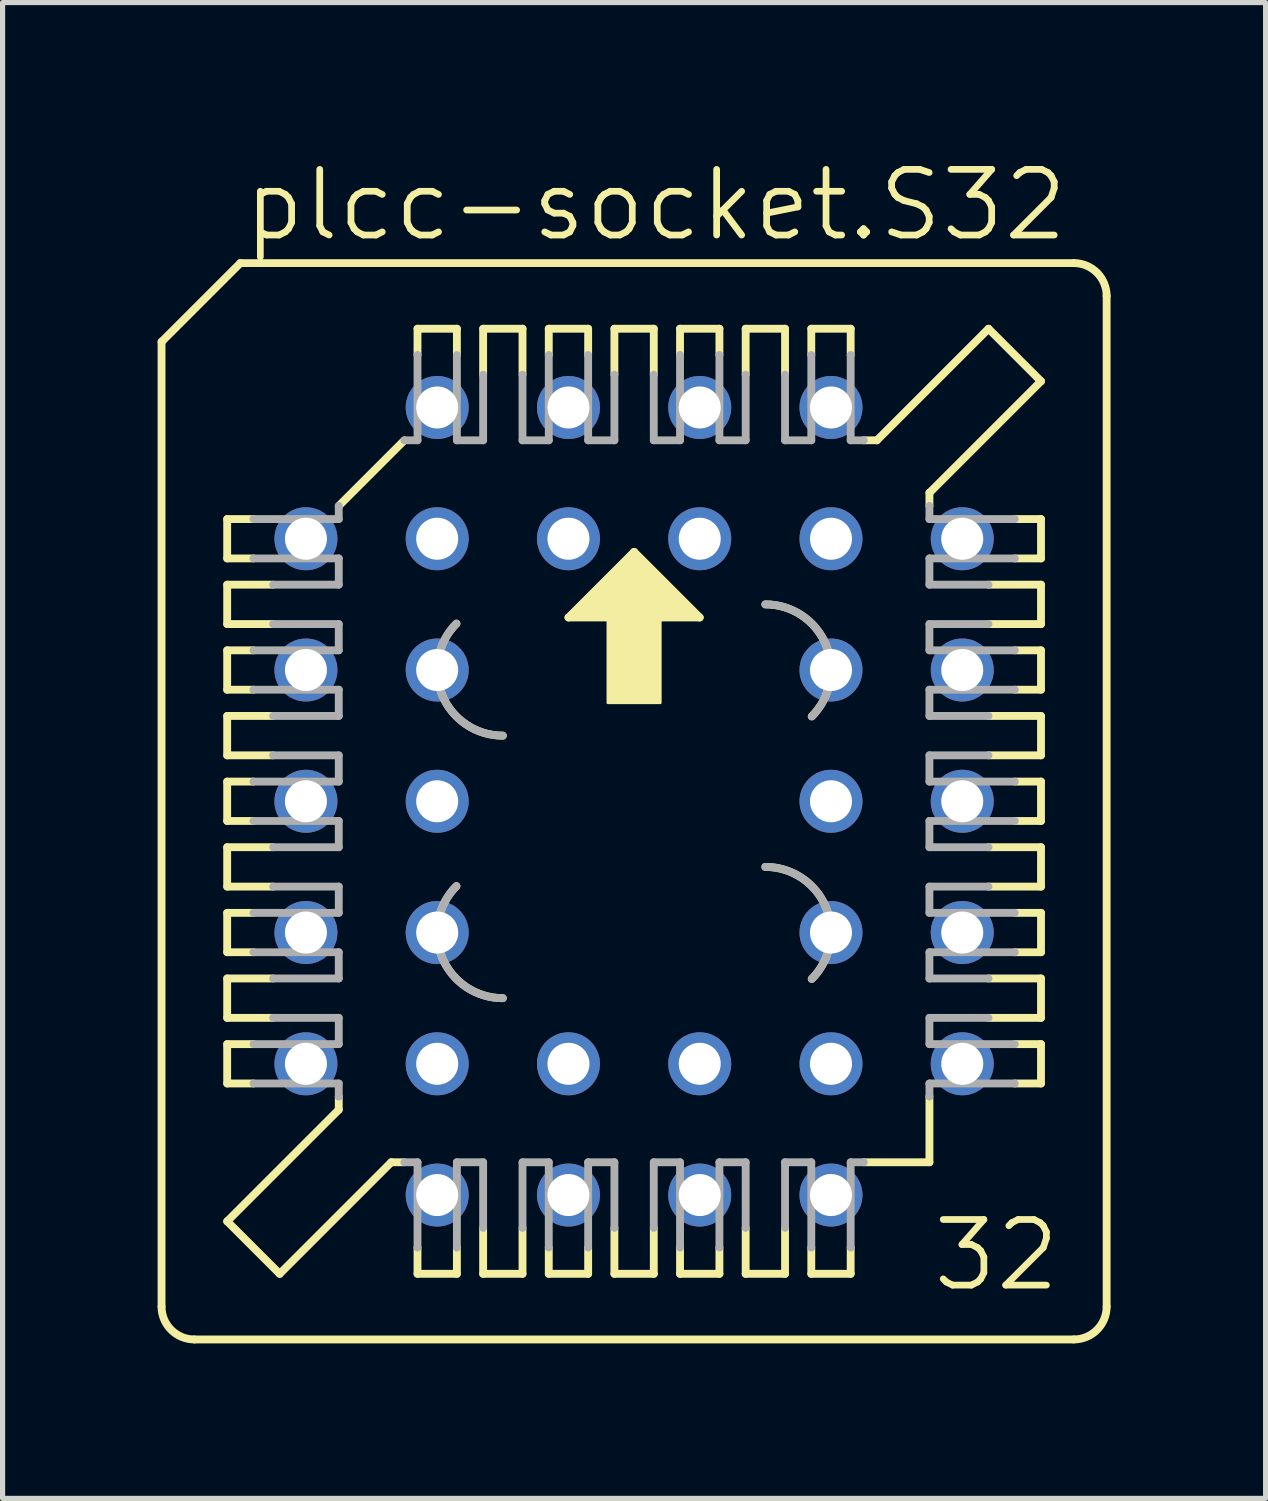
<source format=kicad_pcb>
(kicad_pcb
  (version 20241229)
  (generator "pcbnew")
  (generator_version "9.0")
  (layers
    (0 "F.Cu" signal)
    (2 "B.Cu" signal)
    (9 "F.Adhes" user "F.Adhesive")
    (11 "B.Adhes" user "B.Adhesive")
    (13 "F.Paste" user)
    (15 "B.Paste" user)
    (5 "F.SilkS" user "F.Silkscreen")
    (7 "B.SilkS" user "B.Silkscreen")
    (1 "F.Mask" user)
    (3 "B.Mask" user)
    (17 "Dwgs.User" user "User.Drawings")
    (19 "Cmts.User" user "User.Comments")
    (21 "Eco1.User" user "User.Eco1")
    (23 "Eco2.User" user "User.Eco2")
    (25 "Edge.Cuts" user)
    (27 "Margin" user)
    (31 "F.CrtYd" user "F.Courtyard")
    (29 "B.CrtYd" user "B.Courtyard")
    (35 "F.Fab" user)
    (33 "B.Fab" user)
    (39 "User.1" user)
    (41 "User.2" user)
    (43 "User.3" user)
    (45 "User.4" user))
  (footprint "plcc-socket.S32"
    (layer "F.Cu")
    (at 9.22 12.455)
    (property "Reference" "plcc-socket.S32" (at -7.62 -10.795 0) (layer "F.SilkS") (effects (font (size 1.27 1.27) (thickness 0.13)) (justify left bottom)))
    (attr through_hole)
    (fp_line (start -9.144 -8.89) (end -9.144 9.779) (stroke (width 0.152) (type default)) (layer "F.SilkS"))
    (fp_line (start -7.874 -5.461) (end -7.366 -5.461) (stroke (width 0.152) (type default)) (layer "F.SilkS"))
    (fp_line (start -7.874 -4.699) (end -7.874 -5.461) (stroke (width 0.152) (type default)) (layer "F.SilkS"))
    (fp_line (start -7.874 -4.191) (end -6.985 -4.191) (stroke (width 0.152) (type default)) (layer "F.SilkS"))
    (fp_line (start -7.874 -3.429) (end -7.874 -4.191) (stroke (width 0.152) (type default)) (layer "F.SilkS"))
    (fp_line (start -7.874 -2.921) (end -7.366 -2.921) (stroke (width 0.152) (type default)) (layer "F.SilkS"))
    (fp_line (start -7.874 -2.159) (end -7.874 -2.921) (stroke (width 0.152) (type default)) (layer "F.SilkS"))
    (fp_line (start -7.874 -1.651) (end -6.985 -1.651) (stroke (width 0.152) (type default)) (layer "F.SilkS"))
    (fp_line (start -7.874 -0.889) (end -7.874 -1.651) (stroke (width 0.152) (type default)) (layer "F.SilkS"))
    (fp_line (start -7.874 -0.381) (end -7.366 -0.381) (stroke (width 0.152) (type default)) (layer "F.SilkS"))
    (fp_line (start -7.874 0.381) (end -7.874 -0.381) (stroke (width 0.152) (type default)) (layer "F.SilkS"))
    (fp_line (start -7.874 0.889) (end -6.985 0.889) (stroke (width 0.152) (type default)) (layer "F.SilkS"))
    (fp_line (start -7.874 1.651) (end -7.874 0.889) (stroke (width 0.152) (type default)) (layer "F.SilkS"))
    (fp_line (start -7.874 2.159) (end -7.366 2.159) (stroke (width 0.152) (type default)) (layer "F.SilkS"))
    (fp_line (start -7.874 2.921) (end -7.874 2.159) (stroke (width 0.152) (type default)) (layer "F.SilkS"))
    (fp_line (start -7.874 3.429) (end -6.985 3.429) (stroke (width 0.152) (type default)) (layer "F.SilkS"))
    (fp_line (start -7.874 4.191) (end -7.874 3.429) (stroke (width 0.152) (type default)) (layer "F.SilkS"))
    (fp_line (start -7.874 4.699) (end -7.366 4.699) (stroke (width 0.152) (type default)) (layer "F.SilkS"))
    (fp_line (start -7.874 5.461) (end -7.874 4.699) (stroke (width 0.152) (type default)) (layer "F.SilkS"))
    (fp_line (start -7.874 8.128) (end -5.715 5.969) (stroke (width 0.152) (type default)) (layer "F.SilkS"))
    (fp_line (start -7.62 -10.414) (end -9.144 -8.89) (stroke (width 0.152) (type default)) (layer "F.SilkS"))
    (fp_line (start -7.366 -4.699) (end -7.874 -4.699) (stroke (width 0.152) (type default)) (layer "F.SilkS"))
    (fp_line (start -7.366 -2.159) (end -7.874 -2.159) (stroke (width 0.152) (type default)) (layer "F.SilkS"))
    (fp_line (start -7.366 0.381) (end -7.874 0.381) (stroke (width 0.152) (type default)) (layer "F.SilkS"))
    (fp_line (start -7.366 2.921) (end -7.874 2.921) (stroke (width 0.152) (type default)) (layer "F.SilkS"))
    (fp_line (start -7.366 5.461) (end -7.874 5.461) (stroke (width 0.152) (type default)) (layer "F.SilkS"))
    (fp_line (start -6.985 -3.429) (end -7.874 -3.429) (stroke (width 0.152) (type default)) (layer "F.SilkS"))
    (fp_line (start -6.985 -0.889) (end -7.874 -0.889) (stroke (width 0.152) (type default)) (layer "F.SilkS"))
    (fp_line (start -6.985 1.651) (end -7.874 1.651) (stroke (width 0.152) (type default)) (layer "F.SilkS"))
    (fp_line (start -6.985 4.191) (end -7.874 4.191) (stroke (width 0.152) (type default)) (layer "F.SilkS"))
    (fp_line (start -6.858 9.144) (end -7.874 8.128) (stroke (width 0.152) (type default)) (layer "F.SilkS"))
    (fp_line (start -6.858 9.144) (end -4.699 6.985) (stroke (width 0.152) (type default)) (layer "F.SilkS"))
    (fp_line (start -5.715 -5.715) (end -4.445 -6.985) (stroke (width 0.152) (type default)) (layer "F.SilkS"))
    (fp_line (start -5.715 5.969) (end -5.715 5.715) (stroke (width 0.152) (type default)) (layer "F.SilkS"))
    (fp_line (start -4.699 6.985) (end -4.445 6.985) (stroke (width 0.152) (type default)) (layer "F.SilkS"))
    (fp_line (start -4.191 -9.144) (end -4.191 -8.636) (stroke (width 0.152) (type default)) (layer "F.SilkS"))
    (fp_line (start -4.191 8.636) (end -4.191 9.144) (stroke (width 0.152) (type default)) (layer "F.SilkS"))
    (fp_line (start -4.191 9.144) (end -3.429 9.144) (stroke (width 0.152) (type default)) (layer "F.SilkS"))
    (fp_line (start -3.429 -9.144) (end -4.191 -9.144) (stroke (width 0.152) (type default)) (layer "F.SilkS"))
    (fp_line (start -3.429 -8.636) (end -3.429 -9.144) (stroke (width 0.152) (type default)) (layer "F.SilkS"))
    (fp_line (start -3.429 9.144) (end -3.429 8.636) (stroke (width 0.152) (type default)) (layer "F.SilkS"))
    (fp_line (start -2.921 -9.144) (end -2.921 -8.255) (stroke (width 0.152) (type default)) (layer "F.SilkS"))
    (fp_line (start -2.921 8.255) (end -2.921 9.144) (stroke (width 0.152) (type default)) (layer "F.SilkS"))
    (fp_line (start -2.921 9.144) (end -2.159 9.144) (stroke (width 0.152) (type default)) (layer "F.SilkS"))
    (fp_line (start -2.159 -9.144) (end -2.921 -9.144) (stroke (width 0.152) (type default)) (layer "F.SilkS"))
    (fp_line (start -2.159 -8.255) (end -2.159 -9.144) (stroke (width 0.152) (type default)) (layer "F.SilkS"))
    (fp_line (start -2.159 9.144) (end -2.159 8.255) (stroke (width 0.152) (type default)) (layer "F.SilkS"))
    (fp_line (start -1.651 -9.144) (end -1.651 -8.636) (stroke (width 0.152) (type default)) (layer "F.SilkS"))
    (fp_line (start -1.651 8.636) (end -1.651 9.144) (stroke (width 0.152) (type default)) (layer "F.SilkS"))
    (fp_line (start -1.651 9.144) (end -0.889 9.144) (stroke (width 0.152) (type default)) (layer "F.SilkS"))
    (fp_line (start -1.27 -3.556) (end 1.27 -3.556) (stroke (width 0.152) (type default)) (layer "F.SilkS"))
    (fp_line (start -0.889 -9.144) (end -1.651 -9.144) (stroke (width 0.152) (type default)) (layer "F.SilkS"))
    (fp_line (start -0.889 -8.636) (end -0.889 -9.144) (stroke (width 0.152) (type default)) (layer "F.SilkS"))
    (fp_line (start -0.889 9.144) (end -0.889 8.636) (stroke (width 0.152) (type default)) (layer "F.SilkS"))
    (fp_line (start -0.381 -9.144) (end -0.381 -8.255) (stroke (width 0.152) (type default)) (layer "F.SilkS"))
    (fp_line (start -0.381 8.255) (end -0.381 9.144) (stroke (width 0.152) (type default)) (layer "F.SilkS"))
    (fp_line (start -0.381 9.144) (end 0.381 9.144) (stroke (width 0.152) (type default)) (layer "F.SilkS"))
    (fp_line (start 0 -4.826) (end -1.27 -3.556) (stroke (width 0.152) (type default)) (layer "F.SilkS"))
    (fp_line (start 0.381 -9.144) (end -0.381 -9.144) (stroke (width 0.152) (type default)) (layer "F.SilkS"))
    (fp_line (start 0.381 -8.255) (end 0.381 -9.144) (stroke (width 0.152) (type default)) (layer "F.SilkS"))
    (fp_line (start 0.381 9.144) (end 0.381 8.255) (stroke (width 0.152) (type default)) (layer "F.SilkS"))
    (fp_line (start 0.889 -9.144) (end 0.889 -8.636) (stroke (width 0.152) (type default)) (layer "F.SilkS"))
    (fp_line (start 0.889 8.636) (end 0.889 9.144) (stroke (width 0.152) (type default)) (layer "F.SilkS"))
    (fp_line (start 0.889 9.144) (end 1.651 9.144) (stroke (width 0.152) (type default)) (layer "F.SilkS"))
    (fp_line (start 1.27 -3.556) (end 0 -4.826) (stroke (width 0.152) (type default)) (layer "F.SilkS"))
    (fp_line (start 1.651 -9.144) (end 0.889 -9.144) (stroke (width 0.152) (type default)) (layer "F.SilkS"))
    (fp_line (start 1.651 -8.636) (end 1.651 -9.144) (stroke (width 0.152) (type default)) (layer "F.SilkS"))
    (fp_line (start 1.651 9.144) (end 1.651 8.636) (stroke (width 0.152) (type default)) (layer "F.SilkS"))
    (fp_line (start 2.159 -9.144) (end 2.159 -8.255) (stroke (width 0.152) (type default)) (layer "F.SilkS"))
    (fp_line (start 2.159 8.255) (end 2.159 9.144) (stroke (width 0.152) (type default)) (layer "F.SilkS"))
    (fp_line (start 2.159 9.144) (end 2.921 9.144) (stroke (width 0.152) (type default)) (layer "F.SilkS"))
    (fp_line (start 2.921 -9.144) (end 2.159 -9.144) (stroke (width 0.152) (type default)) (layer "F.SilkS"))
    (fp_line (start 2.921 -8.255) (end 2.921 -9.144) (stroke (width 0.152) (type default)) (layer "F.SilkS"))
    (fp_line (start 2.921 9.144) (end 2.921 8.255) (stroke (width 0.152) (type default)) (layer "F.SilkS"))
    (fp_line (start 3.429 -9.144) (end 3.429 -8.636) (stroke (width 0.152) (type default)) (layer "F.SilkS"))
    (fp_line (start 3.429 8.636) (end 3.429 9.144) (stroke (width 0.152) (type default)) (layer "F.SilkS"))
    (fp_line (start 3.429 9.144) (end 4.191 9.144) (stroke (width 0.152) (type default)) (layer "F.SilkS"))
    (fp_line (start 4.191 -9.144) (end 3.429 -9.144) (stroke (width 0.152) (type default)) (layer "F.SilkS"))
    (fp_line (start 4.191 -8.636) (end 4.191 -9.144) (stroke (width 0.152) (type default)) (layer "F.SilkS"))
    (fp_line (start 4.191 9.144) (end 4.191 8.636) (stroke (width 0.152) (type default)) (layer "F.SilkS"))
    (fp_line (start 4.445 6.985) (end 5.715 6.985) (stroke (width 0.152) (type default)) (layer "F.SilkS"))
    (fp_line (start 4.699 -6.985) (end 4.445 -6.985) (stroke (width 0.152) (type default)) (layer "F.SilkS"))
    (fp_line (start 5.715 -5.969) (end 5.715 -5.715) (stroke (width 0.152) (type default)) (layer "F.SilkS"))
    (fp_line (start 5.715 5.715) (end 5.715 6.985) (stroke (width 0.152) (type default)) (layer "F.SilkS"))
    (fp_line (start 6.858 -9.144) (end 4.699 -6.985) (stroke (width 0.152) (type default)) (layer "F.SilkS"))
    (fp_line (start 6.858 -4.191) (end 7.874 -4.191) (stroke (width 0.152) (type default)) (layer "F.SilkS"))
    (fp_line (start 6.858 -1.651) (end 7.874 -1.651) (stroke (width 0.152) (type default)) (layer "F.SilkS"))
    (fp_line (start 6.858 0.889) (end 7.874 0.889) (stroke (width 0.152) (type default)) (layer "F.SilkS"))
    (fp_line (start 6.858 3.429) (end 7.874 3.429) (stroke (width 0.152) (type default)) (layer "F.SilkS"))
    (fp_line (start 7.366 -5.461) (end 7.874 -5.461) (stroke (width 0.152) (type default)) (layer "F.SilkS"))
    (fp_line (start 7.366 -2.921) (end 7.874 -2.921) (stroke (width 0.152) (type default)) (layer "F.SilkS"))
    (fp_line (start 7.366 -0.381) (end 7.874 -0.381) (stroke (width 0.152) (type default)) (layer "F.SilkS"))
    (fp_line (start 7.366 2.159) (end 7.874 2.159) (stroke (width 0.152) (type default)) (layer "F.SilkS"))
    (fp_line (start 7.366 4.699) (end 7.874 4.699) (stroke (width 0.152) (type default)) (layer "F.SilkS"))
    (fp_line (start 7.874 -8.128) (end 5.715 -5.969) (stroke (width 0.152) (type default)) (layer "F.SilkS"))
    (fp_line (start 7.874 -8.128) (end 6.858 -9.144) (stroke (width 0.152) (type default)) (layer "F.SilkS"))
    (fp_line (start 7.874 -5.461) (end 7.874 -4.699) (stroke (width 0.152) (type default)) (layer "F.SilkS"))
    (fp_line (start 7.874 -4.699) (end 7.366 -4.699) (stroke (width 0.152) (type default)) (layer "F.SilkS"))
    (fp_line (start 7.874 -4.191) (end 7.874 -3.429) (stroke (width 0.152) (type default)) (layer "F.SilkS"))
    (fp_line (start 7.874 -3.429) (end 6.858 -3.429) (stroke (width 0.152) (type default)) (layer "F.SilkS"))
    (fp_line (start 7.874 -2.921) (end 7.874 -2.159) (stroke (width 0.152) (type default)) (layer "F.SilkS"))
    (fp_line (start 7.874 -2.159) (end 7.366 -2.159) (stroke (width 0.152) (type default)) (layer "F.SilkS"))
    (fp_line (start 7.874 -1.651) (end 7.874 -0.889) (stroke (width 0.152) (type default)) (layer "F.SilkS"))
    (fp_line (start 7.874 -0.889) (end 6.858 -0.889) (stroke (width 0.152) (type default)) (layer "F.SilkS"))
    (fp_line (start 7.874 -0.381) (end 7.874 0.381) (stroke (width 0.152) (type default)) (layer "F.SilkS"))
    (fp_line (start 7.874 0.381) (end 7.366 0.381) (stroke (width 0.152) (type default)) (layer "F.SilkS"))
    (fp_line (start 7.874 0.889) (end 7.874 1.651) (stroke (width 0.152) (type default)) (layer "F.SilkS"))
    (fp_line (start 7.874 1.651) (end 6.858 1.651) (stroke (width 0.152) (type default)) (layer "F.SilkS"))
    (fp_line (start 7.874 2.159) (end 7.874 2.921) (stroke (width 0.152) (type default)) (layer "F.SilkS"))
    (fp_line (start 7.874 2.921) (end 7.366 2.921) (stroke (width 0.152) (type default)) (layer "F.SilkS"))
    (fp_line (start 7.874 3.429) (end 7.874 4.191) (stroke (width 0.152) (type default)) (layer "F.SilkS"))
    (fp_line (start 7.874 4.191) (end 6.858 4.191) (stroke (width 0.152) (type default)) (layer "F.SilkS"))
    (fp_line (start 7.874 4.699) (end 7.874 5.461) (stroke (width 0.152) (type default)) (layer "F.SilkS"))
    (fp_line (start 7.874 5.461) (end 7.366 5.461) (stroke (width 0.152) (type default)) (layer "F.SilkS"))
    (fp_line (start 8.509 -10.414) (end -7.62 -10.414) (stroke (width 0.152) (type default)) (layer "F.SilkS"))
    (fp_line (start 8.509 10.414) (end -8.509 10.414) (stroke (width 0.152) (type default)) (layer "F.SilkS"))
    (fp_line (start 9.144 9.779) (end 9.144 -9.779) (stroke (width 0.152) (type default)) (layer "F.SilkS"))
    (fp_rect (start -1.143 -3.556) (end -0.889 -3.683) (stroke (width 0.05) (type default)) (fill yes) (layer "F.SilkS"))
    (fp_rect (start -1.016 -3.683) (end -0.889 -3.81) (stroke (width 0.05) (type default)) (fill yes) (layer "F.SilkS"))
    (fp_rect (start -0.889 -3.556) (end 0.889 -3.937) (stroke (width 0.05) (type default)) (fill yes) (layer "F.SilkS"))
    (fp_rect (start -0.762 -3.937) (end -0.635 -4.064) (stroke (width 0.05) (type default)) (fill yes) (layer "F.SilkS"))
    (fp_rect (start -0.635 -3.937) (end 0.635 -4.191) (stroke (width 0.05) (type default)) (fill yes) (layer "F.SilkS"))
    (fp_rect (start -0.508 -4.191) (end -0.381 -4.318) (stroke (width 0.05) (type default)) (fill yes) (layer "F.SilkS"))
    (fp_rect (start -0.508 -1.905) (end 0.508 -3.81) (stroke (width 0.05) (type default)) (fill yes) (layer "F.SilkS"))
    (fp_rect (start -0.381 -4.191) (end 0.381 -4.445) (stroke (width 0.05) (type default)) (fill yes) (layer "F.SilkS"))
    (fp_rect (start -0.254 -4.445) (end -0.127 -4.572) (stroke (width 0.05) (type default)) (fill yes) (layer "F.SilkS"))
    (fp_rect (start -0.127 -4.445) (end 0.127 -4.699) (stroke (width 0.05) (type default)) (fill yes) (layer "F.SilkS"))
    (fp_rect (start 0.127 -4.445) (end 0.254 -4.572) (stroke (width 0.05) (type default)) (fill yes) (layer "F.SilkS"))
    (fp_rect (start 0.381 -4.191) (end 0.508 -4.318) (stroke (width 0.05) (type default)) (fill yes) (layer "F.SilkS"))
    (fp_rect (start 0.635 -3.937) (end 0.762 -4.064) (stroke (width 0.05) (type default)) (fill yes) (layer "F.SilkS"))
    (fp_rect (start 0.889 -3.683) (end 1.016 -3.81) (stroke (width 0.05) (type default)) (fill yes) (layer "F.SilkS"))
    (fp_rect (start 0.889 -3.556) (end 1.143 -3.683) (stroke (width 0.05) (type default)) (fill yes) (layer "F.SilkS"))
    (fp_arc (start -8.509 10.414) (mid -8.958013 10.228013) (end -9.144 9.779) (stroke (width 0.1524) (type default)) (layer "F.SilkS"))
    (fp_arc (start -2.54 -1.2697) (mid -3.713449 -2.05382) (end -3.438 -3.438) (stroke (width 0.1524) (type default)) (layer "F.SilkS"))
    (fp_arc (start -2.54 3.81) (mid -3.71331 3.026014) (end -3.438 1.642) (stroke (width 0.1524) (type default)) (layer "F.SilkS"))
    (fp_arc (start 2.54 -3.81) (mid 3.71331 -3.026014) (end 3.438 -1.642) (stroke (width 0.1524) (type default)) (layer "F.SilkS"))
    (fp_arc (start 2.54 1.27) (mid 3.71318 2.053938) (end 3.4378 3.4378) (stroke (width 0.1524) (type default)) (layer "F.SilkS"))
    (fp_arc (start 8.509 -10.414) (mid 8.958013 -10.228013) (end 9.144 -9.779) (stroke (width 0.1524) (type default)) (layer "F.SilkS"))
    (fp_arc (start 9.144 9.779) (mid 8.958013 10.228013) (end 8.509 10.414) (stroke (width 0.1524) (type default)) (layer "F.SilkS"))
    (fp_line (start -7.366 -4.699) (end -5.715 -4.699) (stroke (width 0.152) (type default)) (layer "F.Fab"))
    (fp_line (start -7.366 -2.159) (end -5.715 -2.159) (stroke (width 0.152) (type default)) (layer "F.Fab"))
    (fp_line (start -7.366 0.381) (end -5.715 0.381) (stroke (width 0.152) (type default)) (layer "F.Fab"))
    (fp_line (start -7.366 2.921) (end -5.715 2.921) (stroke (width 0.152) (type default)) (layer "F.Fab"))
    (fp_line (start -7.366 5.461) (end -5.715 5.461) (stroke (width 0.152) (type default)) (layer "F.Fab"))
    (fp_line (start -6.985 -3.429) (end -5.715 -3.429) (stroke (width 0.152) (type default)) (layer "F.Fab"))
    (fp_line (start -6.985 -0.889) (end -5.715 -0.889) (stroke (width 0.152) (type default)) (layer "F.Fab"))
    (fp_line (start -6.985 1.651) (end -5.715 1.651) (stroke (width 0.152) (type default)) (layer "F.Fab"))
    (fp_line (start -6.985 4.191) (end -5.715 4.191) (stroke (width 0.152) (type default)) (layer "F.Fab"))
    (fp_line (start -5.715 -5.461) (end -7.366 -5.461) (stroke (width 0.152) (type default)) (layer "F.Fab"))
    (fp_line (start -5.715 -5.461) (end -5.715 -5.715) (stroke (width 0.152) (type default)) (layer "F.Fab"))
    (fp_line (start -5.715 -4.191) (end -6.985 -4.191) (stroke (width 0.152) (type default)) (layer "F.Fab"))
    (fp_line (start -5.715 -4.191) (end -5.715 -4.699) (stroke (width 0.152) (type default)) (layer "F.Fab"))
    (fp_line (start -5.715 -2.921) (end -7.366 -2.921) (stroke (width 0.152) (type default)) (layer "F.Fab"))
    (fp_line (start -5.715 -2.921) (end -5.715 -3.429) (stroke (width 0.152) (type default)) (layer "F.Fab"))
    (fp_line (start -5.715 -1.651) (end -6.985 -1.651) (stroke (width 0.152) (type default)) (layer "F.Fab"))
    (fp_line (start -5.715 -1.651) (end -5.715 -2.159) (stroke (width 0.152) (type default)) (layer "F.Fab"))
    (fp_line (start -5.715 -0.381) (end -7.366 -0.381) (stroke (width 0.152) (type default)) (layer "F.Fab"))
    (fp_line (start -5.715 -0.381) (end -5.715 -0.889) (stroke (width 0.152) (type default)) (layer "F.Fab"))
    (fp_line (start -5.715 0.889) (end -6.985 0.889) (stroke (width 0.152) (type default)) (layer "F.Fab"))
    (fp_line (start -5.715 0.889) (end -5.715 0.381) (stroke (width 0.152) (type default)) (layer "F.Fab"))
    (fp_line (start -5.715 2.159) (end -7.366 2.159) (stroke (width 0.152) (type default)) (layer "F.Fab"))
    (fp_line (start -5.715 2.159) (end -5.715 1.651) (stroke (width 0.152) (type default)) (layer "F.Fab"))
    (fp_line (start -5.715 3.429) (end -6.985 3.429) (stroke (width 0.152) (type default)) (layer "F.Fab"))
    (fp_line (start -5.715 3.429) (end -5.715 2.921) (stroke (width 0.152) (type default)) (layer "F.Fab"))
    (fp_line (start -5.715 4.699) (end -7.366 4.699) (stroke (width 0.152) (type default)) (layer "F.Fab"))
    (fp_line (start -5.715 4.699) (end -5.715 4.191) (stroke (width 0.152) (type default)) (layer "F.Fab"))
    (fp_line (start -5.715 5.715) (end -5.715 5.461) (stroke (width 0.152) (type default)) (layer "F.Fab"))
    (fp_line (start -4.191 -6.985) (end -4.445 -6.985) (stroke (width 0.152) (type default)) (layer "F.Fab"))
    (fp_line (start -4.191 -6.985) (end -4.191 -8.636) (stroke (width 0.152) (type default)) (layer "F.Fab"))
    (fp_line (start -4.191 6.985) (end -4.445 6.985) (stroke (width 0.152) (type default)) (layer "F.Fab"))
    (fp_line (start -4.191 8.636) (end -4.191 6.985) (stroke (width 0.152) (type default)) (layer "F.Fab"))
    (fp_line (start -3.429 -8.636) (end -3.429 -6.985) (stroke (width 0.152) (type default)) (layer "F.Fab"))
    (fp_line (start -3.429 6.985) (end -3.429 8.636) (stroke (width 0.152) (type default)) (layer "F.Fab"))
    (fp_line (start -3.429 6.985) (end -2.921 6.985) (stroke (width 0.152) (type default)) (layer "F.Fab"))
    (fp_line (start -2.921 -6.985) (end -3.429 -6.985) (stroke (width 0.152) (type default)) (layer "F.Fab"))
    (fp_line (start -2.921 -6.985) (end -2.921 -8.255) (stroke (width 0.152) (type default)) (layer "F.Fab"))
    (fp_line (start -2.921 8.255) (end -2.921 6.985) (stroke (width 0.152) (type default)) (layer "F.Fab"))
    (fp_line (start -2.159 -8.255) (end -2.159 -6.985) (stroke (width 0.152) (type default)) (layer "F.Fab"))
    (fp_line (start -2.159 6.985) (end -2.159 8.255) (stroke (width 0.152) (type default)) (layer "F.Fab"))
    (fp_line (start -2.159 6.985) (end -1.651 6.985) (stroke (width 0.152) (type default)) (layer "F.Fab"))
    (fp_line (start -1.651 -6.985) (end -2.159 -6.985) (stroke (width 0.152) (type default)) (layer "F.Fab"))
    (fp_line (start -1.651 -6.985) (end -1.651 -8.636) (stroke (width 0.152) (type default)) (layer "F.Fab"))
    (fp_line (start -1.651 8.636) (end -1.651 6.985) (stroke (width 0.152) (type default)) (layer "F.Fab"))
    (fp_line (start -0.889 -8.636) (end -0.889 -6.985) (stroke (width 0.152) (type default)) (layer "F.Fab"))
    (fp_line (start -0.889 6.985) (end -0.889 8.636) (stroke (width 0.152) (type default)) (layer "F.Fab"))
    (fp_line (start -0.889 6.985) (end -0.381 6.985) (stroke (width 0.152) (type default)) (layer "F.Fab"))
    (fp_line (start -0.381 -6.985) (end -0.889 -6.985) (stroke (width 0.152) (type default)) (layer "F.Fab"))
    (fp_line (start -0.381 -6.985) (end -0.381 -8.255) (stroke (width 0.152) (type default)) (layer "F.Fab"))
    (fp_line (start -0.381 8.255) (end -0.381 6.985) (stroke (width 0.152) (type default)) (layer "F.Fab"))
    (fp_line (start 0.381 -8.255) (end 0.381 -6.985) (stroke (width 0.152) (type default)) (layer "F.Fab"))
    (fp_line (start 0.381 6.985) (end 0.381 8.255) (stroke (width 0.152) (type default)) (layer "F.Fab"))
    (fp_line (start 0.381 6.985) (end 0.889 6.985) (stroke (width 0.152) (type default)) (layer "F.Fab"))
    (fp_line (start 0.889 -6.985) (end 0.381 -6.985) (stroke (width 0.152) (type default)) (layer "F.Fab"))
    (fp_line (start 0.889 -6.985) (end 0.889 -8.636) (stroke (width 0.152) (type default)) (layer "F.Fab"))
    (fp_line (start 0.889 8.636) (end 0.889 6.985) (stroke (width 0.152) (type default)) (layer "F.Fab"))
    (fp_line (start 1.651 -8.636) (end 1.651 -6.985) (stroke (width 0.152) (type default)) (layer "F.Fab"))
    (fp_line (start 1.651 6.985) (end 1.651 8.636) (stroke (width 0.152) (type default)) (layer "F.Fab"))
    (fp_line (start 1.651 6.985) (end 2.159 6.985) (stroke (width 0.152) (type default)) (layer "F.Fab"))
    (fp_line (start 2.159 -6.985) (end 1.651 -6.985) (stroke (width 0.152) (type default)) (layer "F.Fab"))
    (fp_line (start 2.159 -6.985) (end 2.159 -8.255) (stroke (width 0.152) (type default)) (layer "F.Fab"))
    (fp_line (start 2.159 8.255) (end 2.159 6.985) (stroke (width 0.152) (type default)) (layer "F.Fab"))
    (fp_line (start 2.921 -8.255) (end 2.921 -6.985) (stroke (width 0.152) (type default)) (layer "F.Fab"))
    (fp_line (start 2.921 6.985) (end 2.921 8.255) (stroke (width 0.152) (type default)) (layer "F.Fab"))
    (fp_line (start 2.921 6.985) (end 3.429 6.985) (stroke (width 0.152) (type default)) (layer "F.Fab"))
    (fp_line (start 3.429 -6.985) (end 2.921 -6.985) (stroke (width 0.152) (type default)) (layer "F.Fab"))
    (fp_line (start 3.429 -6.985) (end 3.429 -8.636) (stroke (width 0.152) (type default)) (layer "F.Fab"))
    (fp_line (start 3.429 8.636) (end 3.429 6.985) (stroke (width 0.152) (type default)) (layer "F.Fab"))
    (fp_line (start 4.191 -8.636) (end 4.191 -6.985) (stroke (width 0.152) (type default)) (layer "F.Fab"))
    (fp_line (start 4.191 -6.985) (end 4.445 -6.985) (stroke (width 0.152) (type default)) (layer "F.Fab"))
    (fp_line (start 4.191 6.985) (end 4.191 8.636) (stroke (width 0.152) (type default)) (layer "F.Fab"))
    (fp_line (start 4.445 6.985) (end 4.191 6.985) (stroke (width 0.152) (type default)) (layer "F.Fab"))
    (fp_line (start 5.715 -5.461) (end 5.715 -5.715) (stroke (width 0.152) (type default)) (layer "F.Fab"))
    (fp_line (start 5.715 -4.699) (end 5.715 -4.191) (stroke (width 0.152) (type default)) (layer "F.Fab"))
    (fp_line (start 5.715 -4.699) (end 7.366 -4.699) (stroke (width 0.152) (type default)) (layer "F.Fab"))
    (fp_line (start 5.715 -3.429) (end 5.715 -2.921) (stroke (width 0.152) (type default)) (layer "F.Fab"))
    (fp_line (start 5.715 -3.429) (end 6.858 -3.429) (stroke (width 0.152) (type default)) (layer "F.Fab"))
    (fp_line (start 5.715 -2.159) (end 5.715 -1.651) (stroke (width 0.152) (type default)) (layer "F.Fab"))
    (fp_line (start 5.715 -2.159) (end 7.366 -2.159) (stroke (width 0.152) (type default)) (layer "F.Fab"))
    (fp_line (start 5.715 -0.889) (end 5.715 -0.381) (stroke (width 0.152) (type default)) (layer "F.Fab"))
    (fp_line (start 5.715 -0.889) (end 6.858 -0.889) (stroke (width 0.152) (type default)) (layer "F.Fab"))
    (fp_line (start 5.715 0.381) (end 5.715 0.889) (stroke (width 0.152) (type default)) (layer "F.Fab"))
    (fp_line (start 5.715 0.381) (end 7.366 0.381) (stroke (width 0.152) (type default)) (layer "F.Fab"))
    (fp_line (start 5.715 1.651) (end 5.715 2.159) (stroke (width 0.152) (type default)) (layer "F.Fab"))
    (fp_line (start 5.715 1.651) (end 6.858 1.651) (stroke (width 0.152) (type default)) (layer "F.Fab"))
    (fp_line (start 5.715 2.921) (end 5.715 3.429) (stroke (width 0.152) (type default)) (layer "F.Fab"))
    (fp_line (start 5.715 2.921) (end 7.366 2.921) (stroke (width 0.152) (type default)) (layer "F.Fab"))
    (fp_line (start 5.715 4.191) (end 5.715 4.699) (stroke (width 0.152) (type default)) (layer "F.Fab"))
    (fp_line (start 5.715 4.191) (end 6.858 4.191) (stroke (width 0.152) (type default)) (layer "F.Fab"))
    (fp_line (start 5.715 5.461) (end 7.366 5.461) (stroke (width 0.152) (type default)) (layer "F.Fab"))
    (fp_line (start 5.715 5.715) (end 5.715 5.461) (stroke (width 0.152) (type default)) (layer "F.Fab"))
    (fp_line (start 6.858 -4.191) (end 5.715 -4.191) (stroke (width 0.152) (type default)) (layer "F.Fab"))
    (fp_line (start 6.858 -1.651) (end 5.715 -1.651) (stroke (width 0.152) (type default)) (layer "F.Fab"))
    (fp_line (start 6.858 0.889) (end 5.715 0.889) (stroke (width 0.152) (type default)) (layer "F.Fab"))
    (fp_line (start 6.858 3.429) (end 5.715 3.429) (stroke (width 0.152) (type default)) (layer "F.Fab"))
    (fp_line (start 7.366 -5.461) (end 5.715 -5.461) (stroke (width 0.152) (type default)) (layer "F.Fab"))
    (fp_line (start 7.366 -2.921) (end 5.715 -2.921) (stroke (width 0.152) (type default)) (layer "F.Fab"))
    (fp_line (start 7.366 -0.381) (end 5.715 -0.381) (stroke (width 0.152) (type default)) (layer "F.Fab"))
    (fp_line (start 7.366 2.159) (end 5.715 2.159) (stroke (width 0.152) (type default)) (layer "F.Fab"))
    (fp_line (start 7.366 4.699) (end 5.715 4.699) (stroke (width 0.152) (type default)) (layer "F.Fab"))
    (fp_arc (start -3.81 -2.54) (mid -3.71331 -3.025997) (end -3.438 -3.438) (stroke (width 0.1524) (type default)) (layer "F.Fab"))
    (fp_arc (start -3.81 2.54) (mid -3.71331 2.054003) (end -3.438 1.642) (stroke (width 0.1524) (type default)) (layer "F.Fab"))
    (fp_arc (start -2.54 -1.27) (mid -3.438026 -1.641974) (end -3.81 -2.54) (stroke (width 0.1524) (type default)) (layer "F.Fab"))
    (fp_arc (start -2.54 3.81) (mid -3.438026 3.438026) (end -3.81 2.54) (stroke (width 0.1524) (type default)) (layer "F.Fab"))
    (fp_arc (start 2.54 -3.81) (mid 3.438026 -3.438026) (end 3.81 -2.54) (stroke (width 0.1524) (type default)) (layer "F.Fab"))
    (fp_arc (start 2.54 1.27) (mid 3.438026 1.641974) (end 3.81 2.54) (stroke (width 0.1524) (type default)) (layer "F.Fab"))
    (fp_arc (start 3.81 -2.54) (mid 3.71331 -2.054003) (end 3.438 -1.642) (stroke (width 0.1524) (type default)) (layer "F.Fab"))
    (fp_arc (start 3.81 2.54) (mid 3.71331 3.025997) (end 3.438 3.438) (stroke (width 0.1524) (type default)) (layer "F.Fab"))
    (fp_text user "32" (at 5.715 9.525 0) (layer "F.SilkS") (effects (font (size 1.27 1.27) (thickness 0.13)) (justify left bottom)))
    (pad "1" thru_hole circle (at 1.27 -5.08) (size 1.219 1.219) (drill 0.813) (layers "*.Cu" "*.Mask"))
    (pad "2" thru_hole circle (at -1.27 -7.62) (size 1.219 1.219) (drill 0.813) (layers "*.Cu" "*.Mask"))
    (pad "3" thru_hole circle (at -1.27 -5.08) (size 1.219 1.219) (drill 0.813) (layers "*.Cu" "*.Mask"))
    (pad "4" thru_hole circle (at -3.81 -7.62) (size 1.219 1.219) (drill 0.813) (layers "*.Cu" "*.Mask"))
    (pad "5" thru_hole circle (at -6.35 -5.08) (size 1.219 1.219) (drill 0.813) (layers "*.Cu" "*.Mask"))
    (pad "6" thru_hole circle (at -3.81 -5.08) (size 1.219 1.219) (drill 0.813) (layers "*.Cu" "*.Mask"))
    (pad "7" thru_hole circle (at -6.35 -2.54) (size 1.219 1.219) (drill 0.813) (layers "*.Cu" "*.Mask"))
    (pad "8" thru_hole circle (at -3.81 -2.54) (size 1.219 1.219) (drill 0.813) (layers "*.Cu" "*.Mask"))
    (pad "9" thru_hole circle (at -6.35 0) (size 1.219 1.219) (drill 0.813) (layers "*.Cu" "*.Mask"))
    (pad "10" thru_hole circle (at -3.81 0) (size 1.219 1.219) (drill 0.813) (layers "*.Cu" "*.Mask"))
    (pad "11" thru_hole circle (at -6.35 2.54) (size 1.219 1.219) (drill 0.813) (layers "*.Cu" "*.Mask"))
    (pad "12" thru_hole circle (at -3.81 2.54) (size 1.219 1.219) (drill 0.813) (layers "*.Cu" "*.Mask"))
    (pad "13" thru_hole circle (at -6.35 5.08) (size 1.219 1.219) (drill 0.813) (layers "*.Cu" "*.Mask"))
    (pad "14" thru_hole circle (at -3.81 7.62) (size 1.219 1.219) (drill 0.813) (layers "*.Cu" "*.Mask"))
    (pad "15" thru_hole circle (at -3.81 5.08) (size 1.219 1.219) (drill 0.813) (layers "*.Cu" "*.Mask"))
    (pad "16" thru_hole circle (at -1.27 7.62) (size 1.219 1.219) (drill 0.813) (layers "*.Cu" "*.Mask"))
    (pad "17" thru_hole circle (at -1.27 5.08) (size 1.219 1.219) (drill 0.813) (layers "*.Cu" "*.Mask"))
    (pad "18" thru_hole circle (at 1.27 7.62) (size 1.219 1.219) (drill 0.813) (layers "*.Cu" "*.Mask"))
    (pad "19" thru_hole circle (at 1.27 5.08) (size 1.219 1.219) (drill 0.813) (layers "*.Cu" "*.Mask"))
    (pad "20" thru_hole circle (at 3.81 7.62) (size 1.219 1.219) (drill 0.813) (layers "*.Cu" "*.Mask"))
    (pad "21" thru_hole circle (at 6.35 5.08) (size 1.219 1.219) (drill 0.813) (layers "*.Cu" "*.Mask"))
    (pad "22" thru_hole circle (at 3.81 5.08) (size 1.219 1.219) (drill 0.813) (layers "*.Cu" "*.Mask"))
    (pad "23" thru_hole circle (at 6.35 2.54) (size 1.219 1.219) (drill 0.813) (layers "*.Cu" "*.Mask"))
    (pad "24" thru_hole circle (at 3.81 2.54) (size 1.219 1.219) (drill 0.813) (layers "*.Cu" "*.Mask"))
    (pad "25" thru_hole circle (at 6.35 0) (size 1.219 1.219) (drill 0.813) (layers "*.Cu" "*.Mask"))
    (pad "26" thru_hole circle (at 3.81 0) (size 1.219 1.219) (drill 0.813) (layers "*.Cu" "*.Mask"))
    (pad "27" thru_hole circle (at 6.35 -2.54) (size 1.219 1.219) (drill 0.813) (layers "*.Cu" "*.Mask"))
    (pad "28" thru_hole circle (at 3.81 -2.54) (size 1.219 1.219) (drill 0.813) (layers "*.Cu" "*.Mask"))
    (pad "29" thru_hole circle (at 6.35 -5.08) (size 1.219 1.219) (drill 0.813) (layers "*.Cu" "*.Mask"))
    (pad "30" thru_hole circle (at 3.81 -7.62) (size 1.219 1.219) (drill 0.813) (layers "*.Cu" "*.Mask"))
    (pad "31" thru_hole circle (at 3.81 -5.08) (size 1.219 1.219) (drill 0.813) (layers "*.Cu" "*.Mask"))
    (pad "32" thru_hole circle (at 1.27 -7.62) (size 1.219 1.219) (drill 0.813) (layers "*.Cu" "*.Mask")))
  (gr_rect
    (start -3 -3)
    (end 21.44 25.945)
    (stroke (width 0.1) (type default))
    (fill no)
    (layer "Edge.Cuts")))
</source>
